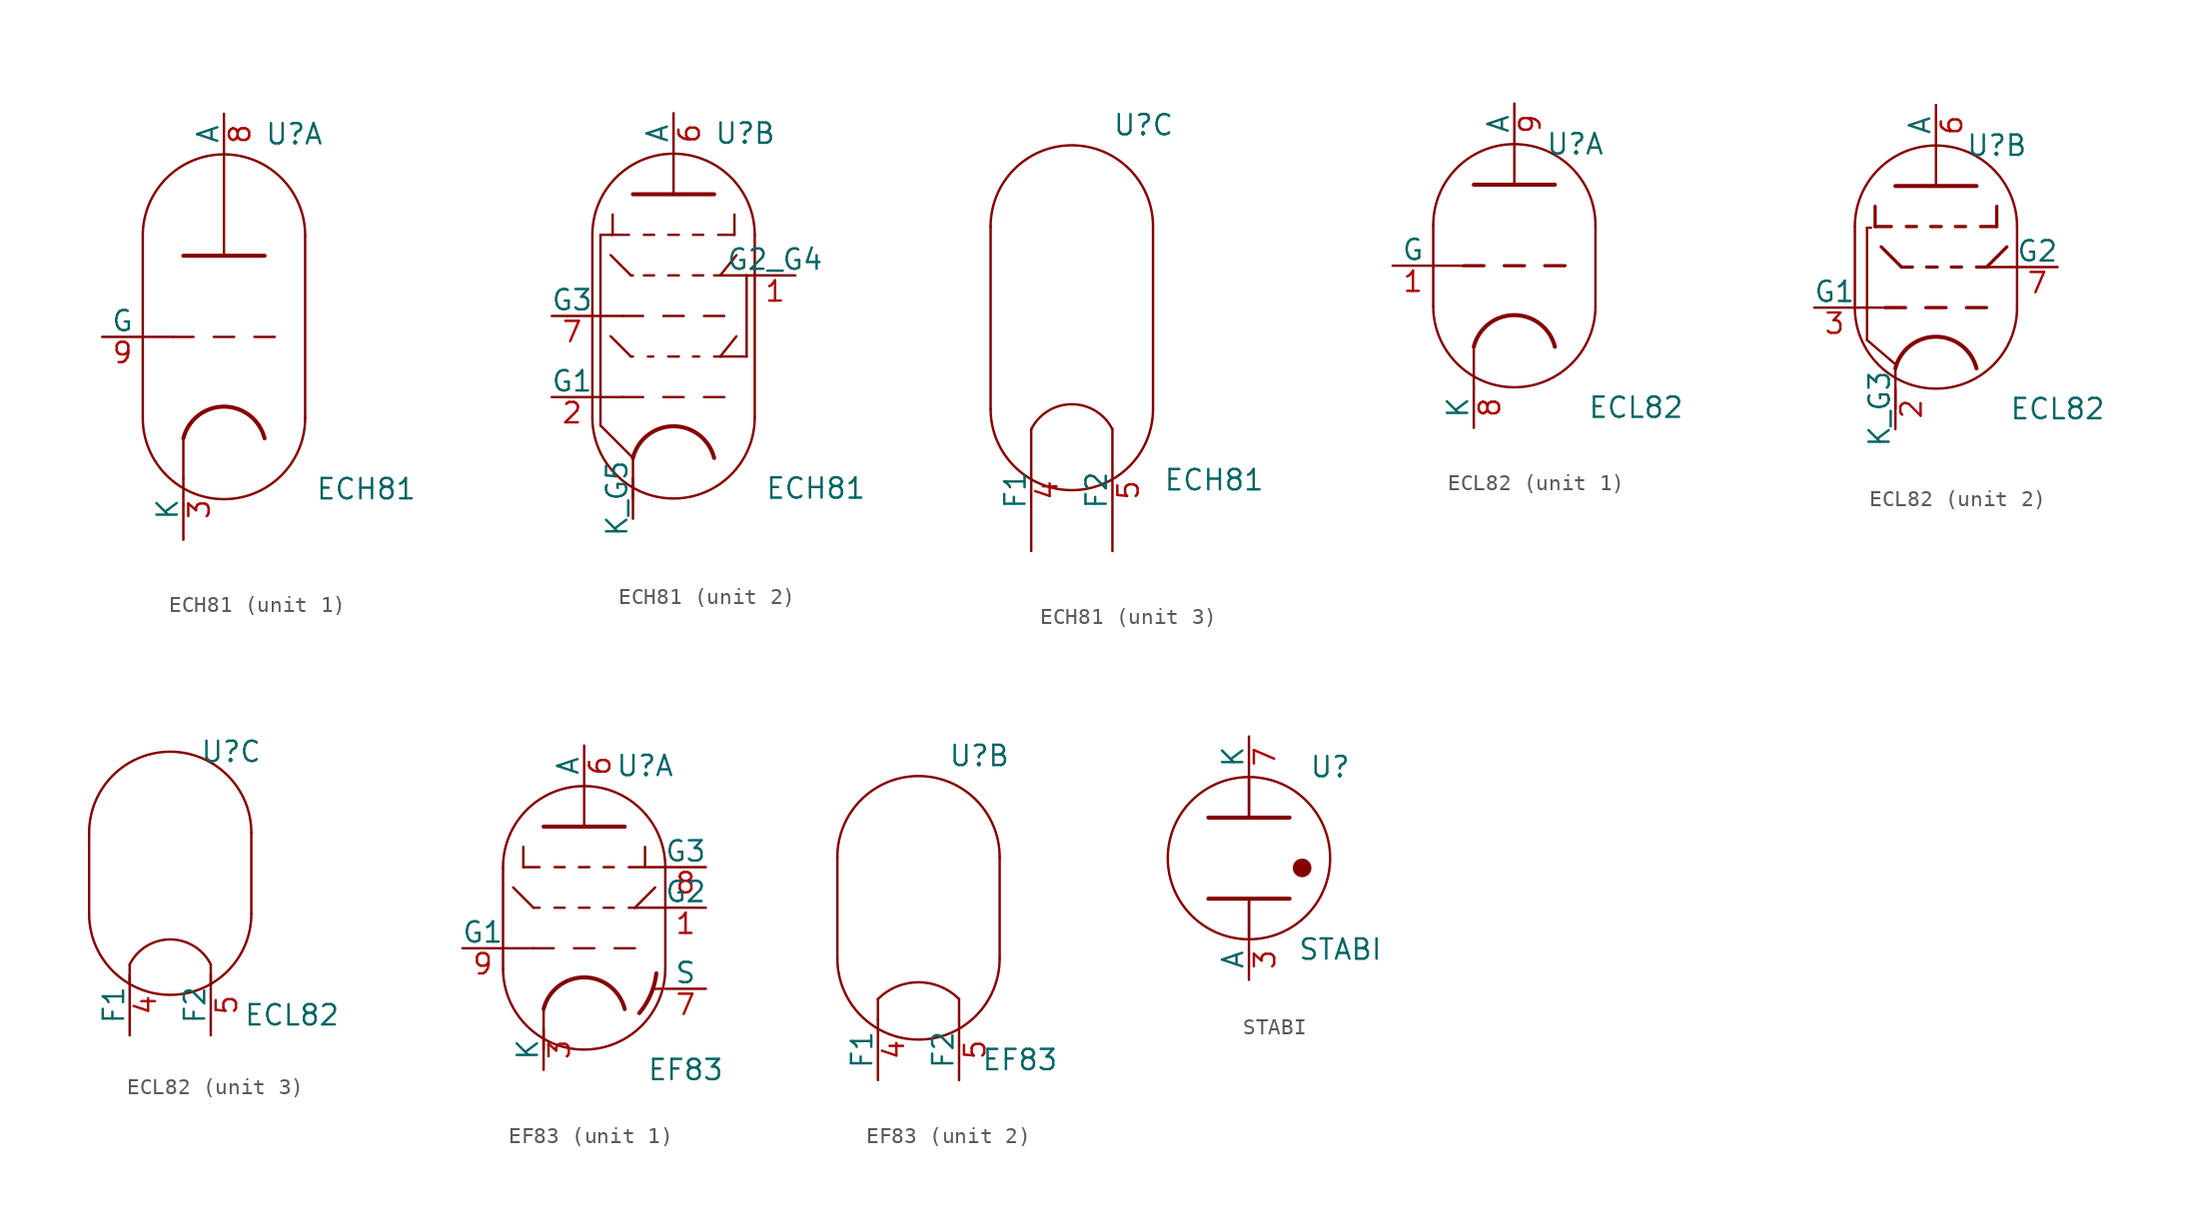
<source format=kicad_sym>
(kicad_symbol_lib
  (version 20231120)
  (generator "kicad_symbol_editor")
  (generator_version "8.0")
  (symbol "ECH81"
    (pin_names
      (offset 0))
    (property "Reference" "U"
      (at 2.54 12.7 0)
      (effects (font (size 1.27 1.27)) (justify left)))
    (property "Value" "ECH81"
      (at 5.715 -9.525 0)
      (effects (font (size 1.27 1.27)) (justify left)))
    (property "ki_locked" ""
      (at 0 0 0)
      (effects (font (size 1.27 1.27))))
    (symbol "ECH81_0_1"
      (arc (start -5.08 -5.08) (mid 0 -10.1379) (end 5.08 -5.08) (stroke (width 0) (type default)) (fill (type none)))
      (polyline (pts (xy -5.08 6.35) (xy -5.08 -5.08) (xy -5.08 -5.08)) (stroke (width 0) (type default)) (fill (type none)))
      (polyline (pts (xy 5.08 6.35) (xy 5.08 -5.08) (xy 5.08 -5.08)) (stroke (width 0) (type default)) (fill (type none)))
      (arc (start 5.08 6.35) (mid 0 11.4079) (end -5.08 6.35) (stroke (width 0) (type default)) (fill (type none))))
    (symbol "ECH81_1_0"
      (polyline (pts (xy -2.54 -6.35) (xy -2.54 -8.89)) (stroke (width 0) (type default)) (fill (type none))))
    (symbol "ECH81_1_1"
      (polyline (pts (xy -5.08 0) (xy -3.175 0)) (stroke (width 0) (type default)) (fill (type none)))
      (polyline (pts (xy -1.905 0) (xy -3.175 0)) (stroke (width 0.152) (type default)) (fill (type none)))
      (polyline (pts (xy -0.635 0) (xy 0.635 0)) (stroke (width 0.152) (type default)) (fill (type none)))
      (polyline (pts (xy 1.905 0) (xy 3.175 0)) (stroke (width 0.152) (type default)) (fill (type none)))
      (polyline (pts (xy -2.54 5.08) (xy 2.54 5.08) (xy 2.54 5.08)) (stroke (width 0.254) (type default)) (fill (type none)))
      (polyline (pts (xy 0 5.08) (xy 0 11.43) (xy 0 11.43)) (stroke (width 0) (type default)) (fill (type none)))
      (arc (start 2.54 -6.35) (mid 0 -4.3668) (end -2.54 -6.35) (stroke (width 0.254) (type default)) (fill (type none)))
      (pin bidirectional line (at -2.54 -12.7 90) (length 3.81) (name "K" (effects (font (size 1.27 1.27)))) (number "3" (effects (font (size 1.27 1.27)))))
      (pin output line (at 0 13.97 270) (length 2.54) (name "A" (effects (font (size 1.27 1.27)))) (number "8" (effects (font (size 1.27 1.27)))))
      (pin input line (at -7.62 0 0) (length 2.54) (name "G" (effects (font (size 1.27 1.27)))) (number "9" (effects (font (size 1.27 1.27))))))
    (symbol "ECH81_2_0"
      (polyline (pts (xy -5.08 -3.81) (xy -3.175 -3.81)) (stroke (width 0) (type default)) (fill (type none)))
      (polyline (pts (xy -5.08 1.27) (xy -3.175 1.27)) (stroke (width 0) (type default)) (fill (type none)))
      (polyline (pts (xy -2.54 -7.62) (xy -2.54 -10.16)) (stroke (width 0) (type default)) (fill (type none)))
      (polyline (pts (xy 0 8.89) (xy 0 11.43)) (stroke (width 0) (type default)) (fill (type none)))
      (polyline (pts (xy 4.572 3.81) (xy 5.08 3.81)) (stroke (width 0) (type default)) (fill (type none))))
    (symbol "ECH81_2_1"
      (polyline (pts (xy -4.572 -5.588) (xy -2.54 -7.62)) (stroke (width 0.152) (type default)) (fill (type none)))
      (polyline (pts (xy -4.572 6.35) (xy -4.572 -5.588)) (stroke (width 0.152) (type default)) (fill (type none)))
      (polyline (pts (xy -3.937 0) (xy -2.667 -1.27)) (stroke (width 0.152) (type default)) (fill (type none)))
      (polyline (pts (xy -3.937 5.08) (xy -2.667 3.81)) (stroke (width 0.152) (type default)) (fill (type none)))
      (polyline (pts (xy -3.81 6.35) (xy -4.572 6.35)) (stroke (width 0.152) (type default)) (fill (type none)))
      (polyline (pts (xy -3.81 6.35) (xy -2.794 6.35)) (stroke (width 0.152) (type default)) (fill (type none)))
      (polyline (pts (xy -3.81 7.62) (xy -3.81 6.35)) (stroke (width 0.152) (type default)) (fill (type none)))
      (polyline (pts (xy -2.667 -1.27) (xy -2.54 -1.27)) (stroke (width 0.152) (type default)) (fill (type none)))
      (polyline (pts (xy -2.667 3.81) (xy -2.54 3.81)) (stroke (width 0.152) (type default)) (fill (type none)))
      (polyline (pts (xy -1.905 -3.81) (xy -3.175 -3.81)) (stroke (width 0.152) (type default)) (fill (type none)))
      (polyline (pts (xy -1.905 1.27) (xy -3.175 1.27)) (stroke (width 0.152) (type default)) (fill (type none)))
      (polyline (pts (xy -1.854 3.81) (xy -1.219 3.81)) (stroke (width 0.152) (type default)) (fill (type none)))
      (polyline (pts (xy -1.854 6.35) (xy -1.219 6.35)) (stroke (width 0.152) (type default)) (fill (type none)))
      (polyline (pts (xy -1.27 -1.27) (xy -1.6 -1.27)) (stroke (width 0.152) (type default)) (fill (type none)))
      (polyline (pts (xy -0.635 -3.81) (xy 0.635 -3.81)) (stroke (width 0.152) (type default)) (fill (type none)))
      (polyline (pts (xy -0.635 1.27) (xy 0.635 1.27)) (stroke (width 0.152) (type default)) (fill (type none)))
      (polyline (pts (xy -0.33 -1.27) (xy 0.33 -1.27)) (stroke (width 0.152) (type default)) (fill (type none)))
      (polyline (pts (xy -0.33 3.81) (xy 0.33 3.81)) (stroke (width 0.152) (type default)) (fill (type none)))
      (polyline (pts (xy -0.33 6.35) (xy 0.33 6.35)) (stroke (width 0.152) (type default)) (fill (type none)))
      (polyline (pts (xy 1.219 -1.27) (xy 1.6 -1.27)) (stroke (width 0.152) (type default)) (fill (type none)))
      (polyline (pts (xy 1.219 3.81) (xy 1.854 3.81)) (stroke (width 0.152) (type default)) (fill (type none)))
      (polyline (pts (xy 1.219 6.35) (xy 1.854 6.35)) (stroke (width 0.152) (type default)) (fill (type none)))
      (polyline (pts (xy 1.905 -3.81) (xy 3.175 -3.81)) (stroke (width 0.152) (type default)) (fill (type none)))
      (polyline (pts (xy 1.905 1.27) (xy 3.175 1.27)) (stroke (width 0.152) (type default)) (fill (type none)))
      (polyline (pts (xy 2.54 -1.27) (xy 2.921 -1.27)) (stroke (width 0.152) (type default)) (fill (type none)))
      (polyline (pts (xy 2.54 3.81) (xy 2.921 3.81)) (stroke (width 0.152) (type default)) (fill (type none)))
      (polyline (pts (xy 2.921 3.81) (xy 4.572 3.81)) (stroke (width 0) (type default)) (fill (type none)))
      (polyline (pts (xy 3.81 6.35) (xy 2.794 6.35)) (stroke (width 0.152) (type default)) (fill (type none)))
      (polyline (pts (xy 3.81 7.62) (xy 3.81 6.35)) (stroke (width 0.152) (type default)) (fill (type none)))
      (polyline (pts (xy 3.937 0) (xy 2.921 -1.27)) (stroke (width 0.152) (type default)) (fill (type none)))
      (polyline (pts (xy 3.937 5.08) (xy 2.921 3.81)) (stroke (width 0.152) (type default)) (fill (type none)))
      (polyline (pts (xy 4.572 -1.27) (xy 2.921 -1.27)) (stroke (width 0) (type default)) (fill (type none)))
      (polyline (pts (xy 4.572 3.81) (xy 4.572 -1.27)) (stroke (width 0) (type default)) (fill (type none)))
      (polyline (pts (xy -2.54 8.89) (xy 2.54 8.89) (xy 2.54 8.89) (xy 2.54 8.89)) (stroke (width 0.254) (type default)) (fill (type none)))
      (arc (start 2.54 -7.62) (mid 0 -5.6368) (end -2.54 -7.62) (stroke (width 0.254) (type default)) (fill (type none)))
      (pin input line (at 7.62 3.81 180) (length 2.54) (name "G2_G4" (effects (font (size 1.27 1.27)))) (number "1" (effects (font (size 1.27 1.27)))))
      (pin input line (at -7.62 -3.81 0) (length 2.54) (name "G1" (effects (font (size 1.27 1.27)))) (number "2" (effects (font (size 1.27 1.27)))))
      (pin output line (at 0 13.97 270) (length 2.54) (name "A" (effects (font (size 1.27 1.27)))) (number "6" (effects (font (size 1.27 1.27)))))
      (pin input line (at -7.62 1.27 0) (length 2.54) (name "G3" (effects (font (size 1.27 1.27)))) (number "7" (effects (font (size 1.27 1.27)))))
      (pin bidirectional line (at -2.54 -11.43 90) (length 2.54) (name "K_G5" (effects (font (size 1.27 1.27)))) (number "~" (effects (font (size 1.27 1.27))))))
    (symbol "ECH81_3_1"
      (arc (start 2.54 -6.35) (mid 0 -4.7802) (end -2.54 -6.35) (stroke (width 0) (type default)) (fill (type none)))
      (pin power_in line (at -2.54 -13.97 90) (length 7.62) (name "F1" (effects (font (size 1.27 1.27)))) (number "4" (effects (font (size 1.27 1.27)))))
      (pin power_in line (at 2.54 -13.97 90) (length 7.62) (name "F2" (effects (font (size 1.27 1.27)))) (number "5" (effects (font (size 1.27 1.27)))))))
  (symbol "ECL82"
    (pin_names
      (offset 0))
    (property "Reference" "U"
      (at 3.81 7.62 0)
      (effects (font (size 1.27 1.27))))
    (property "Value" "ECL82"
      (at 7.62 -8.89 0)
      (effects (font (size 1.27 1.27))))
    (property "ki_locked" ""
      (at 0 0 0)
      (effects (font (size 1.27 1.27))))
    (symbol "ECL82_0_1"
      (arc (start -5.08 -2.54) (mid 0 -7.5979) (end 5.08 -2.54) (stroke (width 0) (type default)) (fill (type none)))
      (polyline (pts (xy 5.08 2.54) (xy 5.08 -2.54)) (stroke (width 0) (type default)) (fill (type none)))
      (polyline (pts (xy -5.08 2.54) (xy -5.08 -2.54) (xy -5.08 -2.54) (xy -5.08 -2.54)) (stroke (width 0) (type default)) (fill (type none)))
      (arc (start 5.08 2.54) (mid 0 7.5979) (end -5.08 2.54) (stroke (width 0) (type default)) (fill (type none))))
    (symbol "ECL82_1_0"
      (polyline (pts (xy -2.54 -5.08) (xy -2.54 -7.62)) (stroke (width 0) (type default)) (fill (type none))))
    (symbol "ECL82_1_1"
      (polyline (pts (xy -5.08 0) (xy -3.175 0)) (stroke (width 0) (type default)) (fill (type none)))
      (polyline (pts (xy -1.905 0) (xy -3.175 0)) (stroke (width 0.203) (type default)) (fill (type none)))
      (polyline (pts (xy -0.635 0) (xy 0.635 0)) (stroke (width 0.203) (type default)) (fill (type none)))
      (polyline (pts (xy 0 5.08) (xy 0 7.62)) (stroke (width 0) (type default)) (fill (type none)))
      (polyline (pts (xy 1.905 0) (xy 3.175 0)) (stroke (width 0.203) (type default)) (fill (type none)))
      (polyline (pts (xy -2.54 5.08) (xy 2.54 5.08) (xy 2.54 5.08)) (stroke (width 0.254) (type default)) (fill (type none)))
      (arc (start 2.54 -5.08) (mid 0 -3.0968) (end -2.54 -5.08) (stroke (width 0.254) (type default)) (fill (type none)))
      (pin input line (at -7.62 0 0) (length 2.54) (name "G" (effects (font (size 1.27 1.27)))) (number "1" (effects (font (size 1.27 1.27)))))
      (pin bidirectional line (at -2.54 -10.16 90) (length 2.54) (name "K" (effects (font (size 1.27 1.27)))) (number "8" (effects (font (size 1.27 1.27)))))
      (pin output line (at 0 10.16 270) (length 2.54) (name "A" (effects (font (size 1.27 1.27)))) (number "9" (effects (font (size 1.27 1.27))))))
    (symbol "ECL82_2_0"
      (polyline (pts (xy -2.54 -6.35) (xy -2.54 -8.89)) (stroke (width 0) (type default)) (fill (type none)))
      (polyline (pts (xy 0 5.08) (xy 0 7.62)) (stroke (width 0) (type default)) (fill (type none)))
      (polyline (pts (xy 2.54 0) (xy 3.175 0)) (stroke (width 0.203) (type default)) (fill (type none)))
      (polyline (pts (xy 4.445 1.27) (xy 3.175 0)) (stroke (width 0.203) (type default)) (fill (type none))))
    (symbol "ECL82_2_1"
      (polyline (pts (xy -5.08 -2.54) (xy -3.175 -2.54)) (stroke (width 0) (type default)) (fill (type none)))
      (polyline (pts (xy -4.318 -4.572) (xy -4.318 2.464)) (stroke (width 0.152) (type default)) (fill (type none)))
      (polyline (pts (xy -4.318 -4.572) (xy -2.54 -6.096)) (stroke (width 0.152) (type default)) (fill (type none)))
      (polyline (pts (xy -4.064 2.464) (xy -4.318 2.464)) (stroke (width 0.152) (type default)) (fill (type none)))
      (polyline (pts (xy -3.81 2.54) (xy -2.794 2.54)) (stroke (width 0.203) (type default)) (fill (type none)))
      (polyline (pts (xy -3.81 3.81) (xy -3.81 2.54)) (stroke (width 0.203) (type default)) (fill (type none)))
      (polyline (pts (xy -3.429 1.27) (xy -2.159 0)) (stroke (width 0.203) (type default)) (fill (type none)))
      (polyline (pts (xy -2.159 0) (xy -1.473 0)) (stroke (width 0.203) (type default)) (fill (type none)))
      (polyline (pts (xy -1.905 -2.54) (xy -3.175 -2.54)) (stroke (width 0.203) (type default)) (fill (type none)))
      (polyline (pts (xy -1.854 2.54) (xy -1.219 2.54)) (stroke (width 0.203) (type default)) (fill (type none)))
      (polyline (pts (xy -0.635 -2.54) (xy 0.635 -2.54)) (stroke (width 0.203) (type default)) (fill (type none)))
      (polyline (pts (xy -0.584 0) (xy 0.076 0)) (stroke (width 0.203) (type default)) (fill (type none)))
      (polyline (pts (xy -0.33 2.54) (xy 0.33 2.54)) (stroke (width 0.203) (type default)) (fill (type none)))
      (polyline (pts (xy 0.965 0) (xy 1.6 0)) (stroke (width 0.203) (type default)) (fill (type none)))
      (polyline (pts (xy 1.219 2.54) (xy 1.854 2.54)) (stroke (width 0.203) (type default)) (fill (type none)))
      (polyline (pts (xy 1.905 -2.54) (xy 3.175 -2.54)) (stroke (width 0.203) (type default)) (fill (type none)))
      (polyline (pts (xy 3.175 0) (xy 5.08 0)) (stroke (width 0) (type default)) (fill (type none)))
      (polyline (pts (xy 3.81 2.54) (xy 2.794 2.54)) (stroke (width 0.203) (type default)) (fill (type none)))
      (polyline (pts (xy 3.81 3.81) (xy 3.81 2.54)) (stroke (width 0.203) (type default)) (fill (type none)))
      (polyline (pts (xy -2.54 5.08) (xy 2.54 5.08) (xy 2.54 5.08)) (stroke (width 0.254) (type default)) (fill (type none)))
      (arc (start 2.54 -6.35) (mid 0 -4.3668) (end -2.54 -6.35) (stroke (width 0.254) (type default)) (fill (type none)))
      (pin bidirectional line (at -2.54 -10.16 90) (length 2.54) (name "K_G3" (effects (font (size 1.27 1.27)))) (number "2" (effects (font (size 1.27 1.27)))))
      (pin input line (at -7.62 -2.54 0) (length 2.54) (name "G1" (effects (font (size 1.27 1.27)))) (number "3" (effects (font (size 1.27 1.27)))))
      (pin output line (at 0 10.16 270) (length 2.54) (name "A" (effects (font (size 1.27 1.27)))) (number "6" (effects (font (size 1.27 1.27)))))
      (pin input line (at 7.62 0 180) (length 2.54) (name "G2" (effects (font (size 1.27 1.27)))) (number "7" (effects (font (size 1.27 1.27))))))
    (symbol "ECL82_3_1"
      (polyline (pts (xy -2.54 -6.985) (xy -2.54 -5.715) (xy -2.54 -5.715)) (stroke (width 0) (type default)) (fill (type none)))
      (polyline (pts (xy 2.54 -6.985) (xy 2.54 -5.715) (xy 2.54 -5.715) (xy 2.54 -5.715)) (stroke (width 0) (type default)) (fill (type none)))
      (arc (start 2.54 -5.715) (mid 0 -4.1452) (end -2.54 -5.715) (stroke (width 0) (type default)) (fill (type none)))
      (pin power_in line (at -2.54 -10.16 90) (length 3.81) (name "F1" (effects (font (size 1.27 1.27)))) (number "4" (effects (font (size 1.27 1.27)))))
      (pin power_in line (at 2.54 -10.16 90) (length 3.81) (name "F2" (effects (font (size 1.27 1.27)))) (number "5" (effects (font (size 1.27 1.27)))))))
  (symbol "EF83"
    (pin_names
      (offset 0))
    (property "Reference" "U"
      (at 3.81 10.16 0)
      (effects (font (size 1.27 1.27))))
    (property "Value" "EF83"
      (at 6.35 -8.89 0)
      (effects (font (size 1.27 1.27))))
    (property "ki_locked" ""
      (at 0 0 0)
      (effects (font (size 1.27 1.27))))
    (symbol "EF83_0_1"
      (arc (start -5.08 -2.54) (mid 0 -7.5979) (end 5.08 -2.54) (stroke (width 0) (type default)) (fill (type none)))
      (polyline (pts (xy -5.08 -2.54) (xy -5.08 3.81) (xy -5.08 3.81)) (stroke (width 0) (type default)) (fill (type none)))
      (polyline (pts (xy 5.08 -2.54) (xy 5.08 3.81) (xy 5.08 3.81)) (stroke (width 0) (type default)) (fill (type none)))
      (arc (start 5.08 3.81) (mid 0 8.8679) (end -5.08 3.81) (stroke (width 0) (type default)) (fill (type none))))
    (symbol "EF83_1_0"
      (polyline (pts (xy -2.54 -5.08) (xy -2.54 -7.62)) (stroke (width 0) (type default)) (fill (type none)))
      (polyline (pts (xy 4.318 -3.785) (xy 4.343 -3.81)) (stroke (width 0) (type default)) (fill (type none)))
      (polyline (pts (xy 4.928 -3.81) (xy 4.343 -3.81)) (stroke (width 0) (type default)) (fill (type none))))
    (symbol "EF83_1_1"
      (polyline (pts (xy -5.08 -1.27) (xy -3.175 -1.27)) (stroke (width 0) (type default)) (fill (type none)))
      (polyline (pts (xy -4.445 2.54) (xy -3.175 1.27)) (stroke (width 0.152) (type default)) (fill (type none)))
      (polyline (pts (xy -3.81 3.81) (xy -2.794 3.81)) (stroke (width 0.152) (type default)) (fill (type none)))
      (polyline (pts (xy -3.81 5.08) (xy -3.81 3.81)) (stroke (width 0.152) (type default)) (fill (type none)))
      (polyline (pts (xy -3.175 1.27) (xy -2.794 1.27)) (stroke (width 0.152) (type default)) (fill (type none)))
      (polyline (pts (xy -1.905 -1.27) (xy -3.175 -1.27)) (stroke (width 0.152) (type default)) (fill (type none)))
      (polyline (pts (xy -1.854 1.27) (xy -1.219 1.27)) (stroke (width 0.152) (type default)) (fill (type none)))
      (polyline (pts (xy -1.854 3.81) (xy -1.219 3.81)) (stroke (width 0.152) (type default)) (fill (type none)))
      (polyline (pts (xy -0.635 -1.27) (xy 0.635 -1.27)) (stroke (width 0.152) (type default)) (fill (type none)))
      (polyline (pts (xy -0.33 1.27) (xy 0.33 1.27)) (stroke (width 0.152) (type default)) (fill (type none)))
      (polyline (pts (xy -0.33 3.81) (xy 0.33 3.81)) (stroke (width 0.152) (type default)) (fill (type none)))
      (polyline (pts (xy 0 6.35) (xy 0 8.89)) (stroke (width 0) (type default)) (fill (type none)))
      (polyline (pts (xy 1.219 1.27) (xy 1.854 1.27)) (stroke (width 0.152) (type default)) (fill (type none)))
      (polyline (pts (xy 1.219 3.81) (xy 1.854 3.81)) (stroke (width 0.152) (type default)) (fill (type none)))
      (polyline (pts (xy 1.905 -1.27) (xy 3.175 -1.27)) (stroke (width 0.152) (type default)) (fill (type none)))
      (polyline (pts (xy 2.794 1.27) (xy 3.175 1.27)) (stroke (width 0.152) (type default)) (fill (type none)))
      (polyline (pts (xy 3.175 1.27) (xy 5.08 1.27)) (stroke (width 0) (type default)) (fill (type none)))
      (polyline (pts (xy 3.81 3.81) (xy 2.794 3.81)) (stroke (width 0.152) (type default)) (fill (type none)))
      (polyline (pts (xy 3.81 5.08) (xy 3.81 3.81)) (stroke (width 0.152) (type default)) (fill (type none)))
      (polyline (pts (xy 3.886 3.81) (xy 5.08 3.81)) (stroke (width 0) (type default)) (fill (type none)))
      (polyline (pts (xy 4.445 2.54) (xy 3.175 1.27)) (stroke (width 0.152) (type default)) (fill (type none)))
      (polyline (pts (xy -2.54 6.35) (xy 2.54 6.35) (xy 2.54 6.35)) (stroke (width 0.254) (type default)) (fill (type none)))
      (arc (start 2.54 -5.08) (mid 0 -3.0968) (end -2.54 -5.08) (stroke (width 0.254) (type default)) (fill (type none)))
      (arc (start 3.4544 -5.334) (mid 4.168 -4.168) (end 4.5212 -2.8448) (stroke (width 0.254) (type default)) (fill (type none)))
      (pin input line (at 7.62 1.27 180) (length 2.54) (name "G2" (effects (font (size 1.27 1.27)))) (number "1" (effects (font (size 1.27 1.27)))))
      (pin bidirectional line (at -2.54 -8.89 90) (length 2.54) (name "K" (effects (font (size 1.27 1.27)))) (number "3" (effects (font (size 1.27 1.27)))))
      (pin output line (at 0 11.43 270) (length 2.54) (name "A" (effects (font (size 1.27 1.27)))) (number "6" (effects (font (size 1.27 1.27)))))
      (pin input line (at 7.62 -3.81 180) (length 2.54) (name "S" (effects (font (size 1.27 1.27)))) (number "7" (effects (font (size 1.27 1.27)))))
      (pin input line (at 7.62 3.81 180) (length 2.54) (name "G3" (effects (font (size 1.27 1.27)))) (number "8" (effects (font (size 1.27 1.27)))))
      (pin input line (at -7.62 -1.27 0) (length 2.54) (name "G1" (effects (font (size 1.27 1.27)))) (number "9" (effects (font (size 1.27 1.27))))))
    (symbol "EF83_2_1"
      (polyline (pts (xy -2.54 -5.08) (xy -2.54 -6.35) (xy -2.54 -6.35)) (stroke (width 0) (type default)) (fill (type none)))
      (polyline (pts (xy 2.54 -5.08) (xy 2.54 -6.35) (xy 2.54 -6.35)) (stroke (width 0) (type default)) (fill (type none)))
      (arc (start 2.54 -5.08) (mid 0 -4.0279) (end -2.54 -5.08) (stroke (width 0) (type default)) (fill (type none)))
      (pin power_in line (at -2.54 -10.16 90) (length 3.81) (name "F1" (effects (font (size 1.27 1.27)))) (number "4" (effects (font (size 1.27 1.27)))))
      (pin power_in line (at 2.54 -10.16 90) (length 3.81) (name "F2" (effects (font (size 1.27 1.27)))) (number "5" (effects (font (size 1.27 1.27)))))))
  (symbol "STABI"
    (pin_names
      (offset 0))
    (property "Reference" "U"
      (at 5.08 5.715 0)
      (effects (font (size 1.27 1.27))))
    (property "Value" "STABI"
      (at 5.715 -5.715 0)
      (effects (font (size 1.27 1.27))))
    (symbol "STABI_1_0"
      (polyline (pts (xy 0 -2.54) (xy 0 -5.08)) (stroke (width 0) (type default)) (fill (type none)))
      (polyline (pts (xy 0 5.08) (xy 0 2.54)) (stroke (width 0) (type default)) (fill (type none))))
    (symbol "STABI_1_1"
      (polyline (pts (xy 0 -2.54) (xy 0 -5.08)) (stroke (width 0.152) (type default)) (fill (type none)))
      (polyline (pts (xy 0 5.08) (xy 0 2.54)) (stroke (width 0.152) (type default)) (fill (type none)))
      (polyline (pts (xy -2.54 -2.54) (xy 2.54 -2.54) (xy 2.54 -2.54)) (stroke (width 0.254) (type default)) (fill (type none)))
      (polyline (pts (xy -2.54 2.54) (xy 2.54 2.54) (xy 2.54 2.54) (xy 2.54 2.54)) (stroke (width 0.254) (type default)) (fill (type none)))
      (circle (center 0 0) (radius 5.08) (stroke (width 0.152) (type default)) (fill (type none)))
      (circle (center 3.327 -0.61) (radius 0.508) (stroke (width 0) (type default)) (fill (type outline)))
      (pin passive line (at 0 -7.62 90) (length 2.54) (name "A" (effects (font (size 1.27 1.27)))) (number "3" (effects (font (size 1.27 1.27)))))
      (pin passive line (at 0 7.62 270) (length 2.54) (name "K" (effects (font (size 1.27 1.27)))) (number "7" (effects (font (size 1.27 1.27))))))))
</source>
